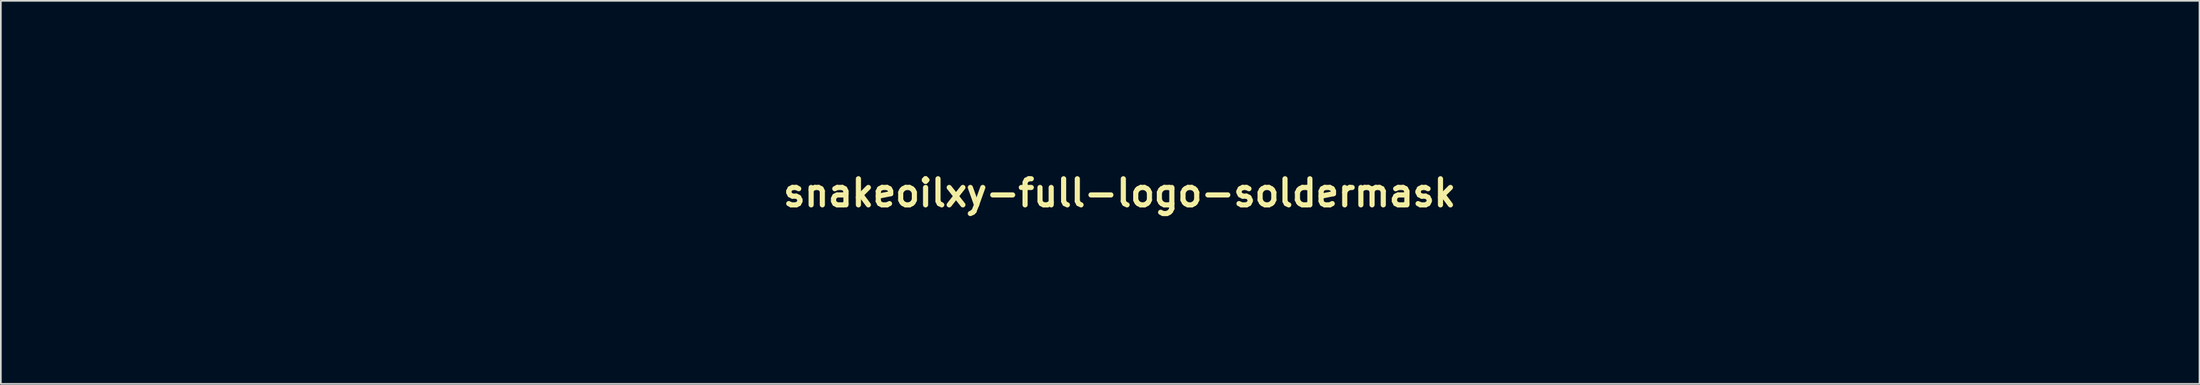
<source format=kicad_pcb>
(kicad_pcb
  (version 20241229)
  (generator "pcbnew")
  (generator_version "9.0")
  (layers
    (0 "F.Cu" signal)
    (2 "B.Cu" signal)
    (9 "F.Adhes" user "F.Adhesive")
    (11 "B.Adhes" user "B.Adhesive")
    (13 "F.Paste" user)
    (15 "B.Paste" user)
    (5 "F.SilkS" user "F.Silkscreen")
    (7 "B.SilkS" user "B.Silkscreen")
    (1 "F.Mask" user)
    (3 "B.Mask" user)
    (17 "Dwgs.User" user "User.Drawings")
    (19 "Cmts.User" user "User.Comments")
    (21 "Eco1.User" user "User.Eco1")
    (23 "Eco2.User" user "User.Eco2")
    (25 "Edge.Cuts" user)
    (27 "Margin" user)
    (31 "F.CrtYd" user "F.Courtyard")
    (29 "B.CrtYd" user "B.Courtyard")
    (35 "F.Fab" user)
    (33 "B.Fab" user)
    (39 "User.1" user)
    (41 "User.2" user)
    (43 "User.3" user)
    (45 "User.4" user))
  (footprint "snakeoilxy-full-logo-soldermask"
    (layer "F.Cu")
    (at 62.279 8.232)
    (property "Reference" "snakeoilxy-full-logo-soldermask" (at 0 0 0) (layer "F.SilkS") (effects (font (size 1.524 1.524) (thickness 0.3))))
    (attr through_hole)
    (fp_poly (pts (xy 26.07 6.914) (xy 24.483 6.914) (xy 24.483 0.282) (xy 26.07 0.282) (xy 26.07 6.914)) (stroke (width 0.01) (type solid)) (fill yes) (layer "F.Mask"))
    (fp_poly (pts (xy 26.07 -0.423) (xy 24.481 -0.423) (xy 24.491 -1.173) (xy 24.5 -1.923) (xy 25.285 -1.932) (xy 26.07 -1.942) (xy 26.07 -0.423)) (stroke (width 0.01) (type solid)) (fill yes) (layer "F.Mask"))
    (fp_poly (pts (xy 28.928 6.914) (xy 27.34 6.914) (xy 27.349 2.496) (xy 27.358 -1.923) (xy 28.143 -1.932) (xy 28.928 -1.942) (xy 28.928 6.914)) (stroke (width 0.01) (type solid)) (fill yes) (layer "F.Mask"))
    (fp_poly (pts (xy -21.44 3.448) (xy -21.431 3.536) (xy -21.429 3.586) (xy -21.43 3.589) (xy -21.465 3.6) (xy -21.548 3.619) (xy -21.61 3.632) (xy -21.743 3.659) (xy -21.902 3.693) (xy -22.013 3.717) (xy -22.34 3.788) (xy -22.607 3.847) (xy -22.821 3.894) (xy -22.991 3.932) (xy -23.127 3.963) (xy -23.235 3.988) (xy -23.308 4.005) (xy -23.459 4.039) (xy -23.555 4.053) (xy -23.611 4.047) (xy -23.639 4.021) (xy -23.649 3.995) (xy -23.673 3.894) (xy -23.699 3.756) (xy -23.722 3.611) (xy -23.738 3.484) (xy -23.742 3.415) (xy -23.742 3.316) (xy -21.457 3.316) (xy -21.44 3.448)) (stroke (width 0.01) (type solid)) (fill yes) (layer "F.Mask"))
    (fp_poly (pts (xy -56.253 -7.899) (xy -56.241 -7.863) (xy -56.212 -7.766) (xy -56.168 -7.615) (xy -56.112 -7.418) (xy -56.044 -7.181) (xy -55.968 -6.911) (xy -55.886 -6.616) (xy -55.836 -6.439) (xy -55.434 -4.994) (xy -55.719 -4.901) (xy -55.878 -4.846) (xy -56.035 -4.788) (xy -56.16 -4.738) (xy -56.174 -4.732) (xy -56.272 -4.69) (xy -56.339 -4.662) (xy -56.356 -4.657) (xy -56.374 -4.687) (xy -56.422 -4.773) (xy -56.495 -4.909) (xy -56.591 -5.089) (xy -56.706 -5.305) (xy -56.837 -5.552) (xy -56.98 -5.823) (xy -57.071 -5.995) (xy -57.775 -7.334) (xy -57.577 -7.428) (xy -57.404 -7.506) (xy -57.212 -7.587) (xy -57.011 -7.667) (xy -56.813 -7.74) (xy -56.628 -7.805) (xy -56.469 -7.856) (xy -56.346 -7.89) (xy -56.27 -7.902) (xy -56.253 -7.899)) (stroke (width 0.01) (type solid)) (fill yes) (layer "F.Mask"))
    (fp_poly (pts (xy -21.384 3.87) (xy -21.342 3.898) (xy -21.308 3.952) (xy -21.269 4.031) (xy -21.268 4.034) (xy -21.176 4.224) (xy -22.045 4.822) (xy -22.265 4.974) (xy -22.467 5.113) (xy -22.644 5.234) (xy -22.788 5.333) (xy -22.891 5.403) (xy -22.946 5.44) (xy -22.953 5.444) (xy -22.991 5.428) (xy -23.055 5.359) (xy -23.137 5.246) (xy -23.148 5.229) (xy -23.331 4.924) (xy -23.468 4.639) (xy -23.49 4.583) (xy -23.503 4.54) (xy -23.498 4.508) (xy -23.462 4.481) (xy -23.385 4.452) (xy -23.255 4.411) (xy -23.201 4.395) (xy -23.049 4.35) (xy -22.914 4.308) (xy -22.817 4.278) (xy -22.789 4.269) (xy -22.713 4.244) (xy -22.593 4.208) (xy -22.454 4.166) (xy -22.437 4.161) (xy -22.271 4.111) (xy -22.076 4.051) (xy -21.891 3.993) (xy -21.867 3.986) (xy -21.675 3.924) (xy -21.538 3.883) (xy -21.445 3.865) (xy -21.384 3.87)) (stroke (width 0.01) (type solid)) (fill yes) (layer "F.Mask"))
    (fp_poly (pts (xy -20.883 4.512) (xy -20.77 4.585) (xy -20.655 4.643) (xy -20.616 4.658) (xy -20.537 4.69) (xy -20.507 4.732) (xy -20.512 4.811) (xy -20.514 4.827) (xy -20.535 4.951) (xy -20.565 5.125) (xy -20.602 5.328) (xy -20.641 5.54) (xy -20.68 5.743) (xy -20.691 5.803) (xy -20.719 5.951) (xy -20.753 6.137) (xy -20.788 6.33) (xy -20.802 6.412) (xy -20.835 6.584) (xy -20.863 6.695) (xy -20.89 6.755) (xy -20.919 6.772) (xy -20.976 6.76) (xy -21.079 6.73) (xy -21.211 6.687) (xy -21.255 6.672) (xy -21.716 6.48) (xy -22.145 6.236) (xy -22.507 5.965) (xy -22.631 5.86) (xy -22.543 5.776) (xy -22.449 5.687) (xy -22.322 5.569) (xy -22.17 5.429) (xy -22.002 5.275) (xy -21.827 5.115) (xy -21.654 4.957) (xy -21.491 4.809) (xy -21.347 4.679) (xy -21.232 4.576) (xy -21.153 4.506) (xy -21.124 4.482) (xy -21.029 4.407) (xy -20.883 4.512)) (stroke (width 0.01) (type solid)) (fill yes) (layer "F.Mask"))
    (fp_poly (pts (xy -40.208 2.279) (xy -39.921 2.565) (xy -39.642 2.84) (xy -39.378 3.099) (xy -39.133 3.338) (xy -38.912 3.552) (xy -38.72 3.736) (xy -38.562 3.886) (xy -38.443 3.996) (xy -38.367 4.062) (xy -38.355 4.072) (xy -37.851 4.41) (xy -37.322 4.682) (xy -36.769 4.888) (xy -36.194 5.027) (xy -35.599 5.099) (xy -35.481 5.105) (xy -34.96 5.126) (xy -34.96 8.149) (xy -35.428 8.145) (xy -35.635 8.14) (xy -35.847 8.132) (xy -36.039 8.12) (xy -36.177 8.108) (xy -36.888 7.993) (xy -37.594 7.811) (xy -38.288 7.565) (xy -38.962 7.257) (xy -39.608 6.892) (xy -39.893 6.705) (xy -40.029 6.609) (xy -40.167 6.506) (xy -40.312 6.391) (xy -40.467 6.261) (xy -40.637 6.111) (xy -40.827 5.937) (xy -41.042 5.736) (xy -41.284 5.503) (xy -41.56 5.234) (xy -41.873 4.925) (xy -42.227 4.571) (xy -42.483 4.315) (xy -43.991 2.804) (xy -42.916 1.729) (xy -41.84 0.654) (xy -40.208 2.279)) (stroke (width 0.01) (type solid)) (fill yes) (layer "F.Mask"))
    (fp_poly (pts (xy -60.767 -4.709) (xy -60.691 -4.663) (xy -60.584 -4.592) (xy -60.512 -4.543) (xy -60.415 -4.476) (xy -60.268 -4.375) (xy -60.082 -4.249) (xy -59.866 -4.102) (xy -59.63 -3.942) (xy -59.384 -3.776) (xy -59.258 -3.691) (xy -58.28 -3.031) (xy -58.462 -2.742) (xy -58.621 -2.466) (xy -58.775 -2.153) (xy -58.912 -1.832) (xy -59.017 -1.534) (xy -59.02 -1.524) (xy -59.062 -1.403) (xy -59.102 -1.314) (xy -59.134 -1.275) (xy -59.138 -1.274) (xy -59.18 -1.282) (xy -59.284 -1.304) (xy -59.441 -1.338) (xy -59.646 -1.383) (xy -59.889 -1.436) (xy -60.164 -1.496) (xy -60.463 -1.562) (xy -60.606 -1.593) (xy -60.913 -1.661) (xy -61.198 -1.725) (xy -61.453 -1.783) (xy -61.673 -1.833) (xy -61.848 -1.873) (xy -61.973 -1.903) (xy -62.039 -1.92) (xy -62.048 -1.923) (xy -62.046 -1.963) (xy -62.024 -2.057) (xy -61.988 -2.192) (xy -61.939 -2.356) (xy -61.883 -2.535) (xy -61.823 -2.717) (xy -61.762 -2.89) (xy -61.75 -2.921) (xy -61.632 -3.215) (xy -61.484 -3.537) (xy -61.32 -3.864) (xy -61.152 -4.169) (xy -61.008 -4.405) (xy -60.925 -4.533) (xy -60.857 -4.637) (xy -60.812 -4.704) (xy -60.799 -4.722) (xy -60.767 -4.709)) (stroke (width 0.01) (type solid)) (fill yes) (layer "F.Mask"))
    (fp_poly (pts (xy -58.407 -6.921) (xy -58.349 -6.841) (xy -58.263 -6.716) (xy -58.153 -6.555) (xy -58.025 -6.364) (xy -57.882 -6.151) (xy -57.731 -5.923) (xy -57.576 -5.688) (xy -57.422 -5.454) (xy -57.273 -5.227) (xy -57.136 -5.015) (xy -57.014 -4.826) (xy -56.912 -4.667) (xy -56.836 -4.546) (xy -56.791 -4.469) (xy -56.78 -4.445) (xy -56.807 -4.413) (xy -56.879 -4.355) (xy -56.981 -4.281) (xy -57 -4.269) (xy -57.12 -4.183) (xy -57.27 -4.066) (xy -57.428 -3.936) (xy -57.537 -3.842) (xy -57.66 -3.734) (xy -57.763 -3.646) (xy -57.834 -3.587) (xy -57.863 -3.565) (xy -57.863 -3.565) (xy -57.891 -3.588) (xy -57.965 -3.653) (xy -58.081 -3.756) (xy -58.233 -3.891) (xy -58.414 -4.054) (xy -58.621 -4.239) (xy -58.847 -4.441) (xy -58.949 -4.533) (xy -59.183 -4.743) (xy -59.401 -4.941) (xy -59.597 -5.12) (xy -59.766 -5.275) (xy -59.902 -5.401) (xy -60 -5.492) (xy -60.052 -5.544) (xy -60.06 -5.553) (xy -60.068 -5.588) (xy -60.05 -5.635) (xy -60.002 -5.7) (xy -59.918 -5.788) (xy -59.793 -5.906) (xy -59.622 -6.059) (xy -59.469 -6.191) (xy -59.32 -6.316) (xy -59.156 -6.448) (xy -58.986 -6.578) (xy -58.823 -6.699) (xy -58.675 -6.805) (xy -58.552 -6.886) (xy -58.467 -6.937) (xy -58.432 -6.95) (xy -58.407 -6.921)) (stroke (width 0.01) (type solid)) (fill yes) (layer "F.Mask"))
    (fp_poly (pts (xy -53.913 -8.207) (xy -53.761 -8.195) (xy -53.574 -8.18) (xy -53.389 -8.167) (xy -53.358 -8.165) (xy -52.814 -8.102) (xy -52.243 -7.99) (xy -51.665 -7.832) (xy -51.097 -7.636) (xy -50.556 -7.405) (xy -50.236 -7.244) (xy -50.042 -7.138) (xy -49.863 -7.035) (xy -49.693 -6.931) (xy -49.527 -6.822) (xy -49.361 -6.704) (xy -49.19 -6.573) (xy -49.008 -6.424) (xy -48.812 -6.254) (xy -48.596 -6.058) (xy -48.355 -5.832) (xy -48.084 -5.573) (xy -47.779 -5.275) (xy -47.435 -4.936) (xy -47.046 -4.549) (xy -47.035 -4.538) (xy -45.334 -2.845) (xy -46.411 -1.775) (xy -46.638 -1.55) (xy -46.849 -1.341) (xy -47.039 -1.153) (xy -47.203 -0.991) (xy -47.335 -0.861) (xy -47.431 -0.768) (xy -47.485 -0.715) (xy -47.495 -0.706) (xy -47.521 -0.73) (xy -47.592 -0.8) (xy -47.705 -0.912) (xy -47.856 -1.061) (xy -48.04 -1.244) (xy -48.254 -1.456) (xy -48.493 -1.694) (xy -48.753 -1.953) (xy -49.03 -2.229) (xy -49.177 -2.375) (xy -49.535 -2.731) (xy -49.848 -3.041) (xy -50.121 -3.309) (xy -50.358 -3.538) (xy -50.564 -3.734) (xy -50.743 -3.899) (xy -50.901 -4.039) (xy -51.041 -4.156) (xy -51.169 -4.255) (xy -51.289 -4.34) (xy -51.405 -4.415) (xy -51.523 -4.484) (xy -51.648 -4.55) (xy -51.773 -4.614) (xy -52.152 -4.783) (xy -52.558 -4.925) (xy -52.973 -5.037) (xy -53.378 -5.113) (xy -53.754 -5.149) (xy -53.858 -5.151) (xy -54.151 -5.151) (xy -54.151 -8.227) (xy -53.913 -8.207)) (stroke (width 0.01) (type solid)) (fill yes) (layer "F.Mask"))
    (fp_poly (pts (xy 30.506 -5.327) (xy 30.677 -5.322) (xy 30.854 -5.308) (xy 30.992 -5.291) (xy 31.135 -5.268) (xy 31.275 -5.248) (xy 31.344 -5.239) (xy 31.44 -5.223) (xy 31.584 -5.192) (xy 31.758 -5.151) (xy 31.943 -5.104) (xy 32.119 -5.056) (xy 32.262 -5.014) (xy 32.416 -4.96) (xy 32.612 -4.881) (xy 32.83 -4.786) (xy 32.932 -4.739) (xy 33.025 -4.693) (xy 33.149 -4.628) (xy 33.29 -4.552) (xy 33.429 -4.475) (xy 33.551 -4.407) (xy 33.639 -4.355) (xy 33.673 -4.332) (xy 33.715 -4.301) (xy 33.8 -4.238) (xy 33.914 -4.153) (xy 34.008 -4.085) (xy 34.108 -4.004) (xy 34.253 -3.877) (xy 34.439 -3.706) (xy 34.662 -3.496) (xy 34.918 -3.251) (xy 35.204 -2.973) (xy 35.514 -2.668) (xy 35.592 -2.59) (xy 36.877 -1.315) (xy 36.056 -0.499) (xy 35.858 -0.303) (xy 35.678 -0.124) (xy 35.52 0.032) (xy 35.391 0.159) (xy 35.296 0.252) (xy 35.241 0.304) (xy 35.23 0.314) (xy 35.205 0.289) (xy 35.135 0.219) (xy 35.026 0.108) (xy 34.882 -0.038) (xy 34.707 -0.214) (xy 34.508 -0.416) (xy 34.289 -0.638) (xy 34.078 -0.851) (xy 33.76 -1.172) (xy 33.486 -1.447) (xy 33.248 -1.679) (xy 33.043 -1.875) (xy 32.865 -2.039) (xy 32.708 -2.175) (xy 32.566 -2.288) (xy 32.436 -2.384) (xy 32.31 -2.466) (xy 32.183 -2.541) (xy 32.097 -2.587) (xy 31.724 -2.763) (xy 31.359 -2.89) (xy 30.98 -2.973) (xy 30.561 -3.021) (xy 30.542 -3.022) (xy 30.233 -3.043) (xy 30.233 -5.327) (xy 30.506 -5.327)) (stroke (width 0.01) (type solid)) (fill yes) (layer "F.Mask"))
    (fp_poly (pts (xy 45.852 -5.327) (xy 46.022 -5.322) (xy 46.2 -5.308) (xy 46.337 -5.291) (xy 46.481 -5.268) (xy 46.62 -5.248) (xy 46.69 -5.239) (xy 46.786 -5.223) (xy 46.93 -5.192) (xy 47.104 -5.151) (xy 47.289 -5.104) (xy 47.465 -5.056) (xy 47.607 -5.014) (xy 47.761 -4.96) (xy 47.957 -4.881) (xy 48.175 -4.786) (xy 48.278 -4.739) (xy 48.37 -4.693) (xy 48.495 -4.628) (xy 48.635 -4.552) (xy 48.775 -4.475) (xy 48.897 -4.407) (xy 48.985 -4.355) (xy 49.018 -4.332) (xy 49.06 -4.301) (xy 49.146 -4.238) (xy 49.26 -4.153) (xy 49.354 -4.085) (xy 49.454 -4.004) (xy 49.599 -3.877) (xy 49.785 -3.706) (xy 50.008 -3.496) (xy 50.264 -3.251) (xy 50.55 -2.973) (xy 50.86 -2.668) (xy 50.938 -2.59) (xy 52.223 -1.315) (xy 51.401 -0.499) (xy 51.204 -0.303) (xy 51.024 -0.124) (xy 50.866 0.032) (xy 50.737 0.159) (xy 50.642 0.252) (xy 50.587 0.304) (xy 50.576 0.314) (xy 50.551 0.289) (xy 50.481 0.219) (xy 50.372 0.108) (xy 50.227 -0.038) (xy 50.053 -0.214) (xy 49.854 -0.416) (xy 49.635 -0.638) (xy 49.424 -0.851) (xy 49.106 -1.172) (xy 48.831 -1.447) (xy 48.594 -1.679) (xy 48.389 -1.875) (xy 48.211 -2.039) (xy 48.053 -2.175) (xy 47.912 -2.288) (xy 47.781 -2.384) (xy 47.656 -2.466) (xy 47.529 -2.541) (xy 47.443 -2.587) (xy 47.07 -2.763) (xy 46.705 -2.89) (xy 46.326 -2.973) (xy 45.907 -3.021) (xy 45.888 -3.022) (xy 45.579 -3.043) (xy 45.579 -5.327) (xy 45.852 -5.327)) (stroke (width 0.01) (type solid)) (fill yes) (layer "F.Mask"))
    (fp_poly (pts (xy 39.518 1.365) (xy 39.592 1.434) (xy 39.707 1.544) (xy 39.857 1.69) (xy 40.037 1.866) (xy 40.243 2.069) (xy 40.468 2.292) (xy 40.71 2.533) (xy 40.744 2.567) (xy 41.059 2.88) (xy 41.329 3.147) (xy 41.559 3.371) (xy 41.753 3.555) (xy 41.916 3.705) (xy 42.05 3.823) (xy 42.162 3.915) (xy 42.254 3.983) (xy 42.268 3.993) (xy 42.682 4.242) (xy 43.095 4.427) (xy 43.521 4.554) (xy 43.974 4.627) (xy 44.194 4.644) (xy 44.626 4.668) (xy 44.626 6.95) (xy 44.282 6.945) (xy 44.097 6.939) (xy 43.903 6.93) (xy 43.735 6.919) (xy 43.692 6.915) (xy 43.527 6.894) (xy 43.337 6.863) (xy 43.143 6.826) (xy 42.967 6.788) (xy 42.83 6.753) (xy 42.792 6.741) (xy 42.716 6.715) (xy 42.596 6.677) (xy 42.457 6.634) (xy 42.439 6.629) (xy 42.328 6.589) (xy 42.178 6.527) (xy 42.002 6.45) (xy 41.815 6.364) (xy 41.628 6.275) (xy 41.456 6.189) (xy 41.311 6.113) (xy 41.207 6.053) (xy 41.16 6.02) (xy 41.104 5.976) (xy 41.015 5.916) (xy 40.975 5.892) (xy 40.887 5.837) (xy 40.828 5.796) (xy 40.816 5.786) (xy 40.782 5.756) (xy 40.705 5.695) (xy 40.602 5.615) (xy 40.569 5.591) (xy 40.499 5.531) (xy 40.384 5.427) (xy 40.232 5.284) (xy 40.047 5.108) (xy 39.837 4.905) (xy 39.607 4.68) (xy 39.363 4.439) (xy 39.11 4.188) (xy 39.1 4.178) (xy 37.859 2.939) (xy 38.659 2.14) (xy 38.854 1.945) (xy 39.034 1.768) (xy 39.192 1.614) (xy 39.323 1.488) (xy 39.419 1.398) (xy 39.476 1.348) (xy 39.488 1.341) (xy 39.518 1.365)) (stroke (width 0.01) (type solid)) (fill yes) (layer "F.Mask"))
    (fp_poly (pts (xy 1.561 0.71) (xy 1.57 3.361) (xy 1.91 2.854) (xy 2.021 2.689) (xy 2.162 2.48) (xy 2.325 2.239) (xy 2.502 1.979) (xy 2.682 1.713) (xy 2.858 1.455) (xy 2.876 1.429) (xy 3.033 1.198) (xy 3.18 0.98) (xy 3.312 0.785) (xy 3.423 0.621) (xy 3.507 0.494) (xy 3.559 0.415) (xy 3.571 0.397) (xy 3.641 0.282) (xy 4.593 0.282) (xy 4.899 0.283) (xy 5.149 0.287) (xy 5.339 0.293) (xy 5.466 0.301) (xy 5.527 0.312) (xy 5.533 0.317) (xy 5.509 0.354) (xy 5.45 0.439) (xy 5.361 0.566) (xy 5.247 0.724) (xy 5.115 0.906) (xy 5.011 1.049) (xy 4.685 1.494) (xy 4.39 1.898) (xy 4.125 2.26) (xy 3.894 2.576) (xy 3.697 2.846) (xy 3.537 3.067) (xy 3.413 3.237) (xy 3.329 3.354) (xy 3.286 3.413) (xy 3.206 3.528) (xy 3.711 4.15) (xy 3.897 4.38) (xy 4.107 4.638) (xy 4.324 4.904) (xy 4.529 5.156) (xy 4.693 5.358) (xy 4.961 5.688) (xy 5.189 5.967) (xy 5.378 6.2) (xy 5.533 6.391) (xy 5.656 6.544) (xy 5.751 6.663) (xy 5.822 6.752) (xy 5.872 6.815) (xy 5.904 6.858) (xy 5.921 6.882) (xy 5.927 6.894) (xy 5.927 6.895) (xy 5.893 6.9) (xy 5.797 6.904) (xy 5.648 6.908) (xy 5.454 6.911) (xy 5.224 6.913) (xy 4.966 6.914) (xy 4.86 6.914) (xy 3.792 6.913) (xy 3.366 6.323) (xy 3.211 6.11) (xy 3.034 5.866) (xy 2.841 5.601) (xy 2.641 5.325) (xy 2.44 5.049) (xy 2.246 4.783) (xy 2.066 4.537) (xy 1.908 4.321) (xy 1.779 4.146) (xy 1.718 4.062) (xy 1.552 3.838) (xy 1.552 6.914) (xy -0.035 6.914) (xy -0.035 -1.94) (xy 1.552 -1.94) (xy 1.561 0.71)) (stroke (width 0.01) (type solid)) (fill yes) (layer "F.Mask"))
    (fp_poly (pts (xy -11.47 0.164) (xy -11.301 0.167) (xy -11.172 0.174) (xy -11.068 0.187) (xy -10.974 0.208) (xy -10.875 0.238) (xy -10.813 0.259) (xy -10.576 0.346) (xy -10.385 0.435) (xy -10.219 0.536) (xy -10.053 0.663) (xy -10.044 0.67) (xy -9.824 0.875) (xy -9.645 1.092) (xy -9.501 1.334) (xy -9.382 1.617) (xy -9.28 1.954) (xy -9.27 1.993) (xy -9.255 2.053) (xy -9.243 2.114) (xy -9.232 2.183) (xy -9.223 2.265) (xy -9.216 2.365) (xy -9.209 2.49) (xy -9.204 2.645) (xy -9.199 2.835) (xy -9.196 3.067) (xy -9.192 3.347) (xy -9.189 3.678) (xy -9.186 4.069) (xy -9.183 4.523) (xy -9.182 4.595) (xy -9.166 6.914) (xy -10.76 6.914) (xy -10.76 5.283) (xy -10.761 4.743) (xy -10.765 4.27) (xy -10.772 3.856) (xy -10.783 3.498) (xy -10.798 3.19) (xy -10.819 2.928) (xy -10.845 2.706) (xy -10.878 2.519) (xy -10.918 2.363) (xy -10.965 2.232) (xy -11.021 2.121) (xy -11.086 2.025) (xy -11.16 1.939) (xy -11.187 1.912) (xy -11.386 1.764) (xy -11.623 1.666) (xy -11.883 1.617) (xy -12.156 1.616) (xy -12.427 1.664) (xy -12.684 1.76) (xy -12.914 1.904) (xy -12.972 1.953) (xy -13.142 2.152) (xy -13.275 2.405) (xy -13.368 2.706) (xy -13.387 2.803) (xy -13.399 2.886) (xy -13.41 2.984) (xy -13.418 3.105) (xy -13.425 3.253) (xy -13.431 3.436) (xy -13.435 3.659) (xy -13.438 3.929) (xy -13.44 4.251) (xy -13.441 4.633) (xy -13.441 5.014) (xy -13.441 6.914) (xy -14.229 6.914) (xy -14.458 6.913) (xy -14.663 6.911) (xy -14.833 6.906) (xy -14.959 6.901) (xy -15.029 6.894) (xy -15.04 6.891) (xy -15.043 6.853) (xy -15.047 6.749) (xy -15.05 6.585) (xy -15.053 6.365) (xy -15.055 6.094) (xy -15.058 5.778) (xy -15.06 5.42) (xy -15.061 5.027) (xy -15.062 4.602) (xy -15.063 4.151) (xy -15.064 3.679) (xy -15.064 3.574) (xy -15.064 0.281) (xy -13.564 0.3) (xy -13.554 0.589) (xy -13.544 0.878) (xy -13.315 0.696) (xy -13.012 0.479) (xy -12.712 0.318) (xy -12.506 0.236) (xy -12.416 0.209) (xy -12.323 0.189) (xy -12.214 0.175) (xy -12.074 0.168) (xy -11.888 0.164) (xy -11.695 0.163) (xy -11.47 0.164)) (stroke (width 0.01) (type solid)) (fill yes) (layer "F.Mask"))
    (fp_poly (pts (xy -4.6 0.16) (xy -4.423 0.164) (xy -4.286 0.172) (xy -4.176 0.185) (xy -4.077 0.205) (xy -3.974 0.234) (xy -3.951 0.241) (xy -3.615 0.371) (xy -3.316 0.543) (xy -3.036 0.77) (xy -2.955 0.848) (xy -2.681 1.12) (xy -2.681 0.282) (xy -1.199 0.282) (xy -1.199 6.914) (xy -2.681 6.914) (xy -2.682 6.482) (xy -2.684 6.296) (xy -2.69 6.174) (xy -2.7 6.113) (xy -2.715 6.106) (xy -2.72 6.113) (xy -2.779 6.185) (xy -2.884 6.285) (xy -3.02 6.399) (xy -3.171 6.517) (xy -3.325 6.627) (xy -3.465 6.718) (xy -3.531 6.755) (xy -3.756 6.863) (xy -3.969 6.94) (xy -4.191 6.992) (xy -4.442 7.023) (xy -4.727 7.038) (xy -4.924 7.041) (xy -5.114 7.039) (xy -5.277 7.034) (xy -5.392 7.024) (xy -5.397 7.024) (xy -5.624 6.978) (xy -5.882 6.905) (xy -6.144 6.812) (xy -6.385 6.71) (xy -6.562 6.619) (xy -6.955 6.347) (xy -7.297 6.027) (xy -7.587 5.664) (xy -7.822 5.26) (xy -8 4.821) (xy -8.119 4.348) (xy -8.178 3.847) (xy -8.183 3.654) (xy -6.562 3.654) (xy -6.532 4.043) (xy -6.443 4.395) (xy -6.298 4.708) (xy -6.097 4.979) (xy -5.844 5.205) (xy -5.539 5.384) (xy -5.209 5.507) (xy -5.008 5.546) (xy -4.765 5.567) (xy -4.508 5.568) (xy -4.263 5.549) (xy -4.096 5.52) (xy -3.773 5.409) (xy -3.485 5.241) (xy -3.239 5.021) (xy -3.042 4.755) (xy -2.98 4.642) (xy -2.832 4.275) (xy -2.75 3.915) (xy -2.733 3.551) (xy -2.763 3.26) (xy -2.855 2.885) (xy -3.002 2.551) (xy -3.197 2.262) (xy -3.439 2.022) (xy -3.722 1.835) (xy -4.042 1.704) (xy -4.395 1.632) (xy -4.654 1.618) (xy -5.022 1.647) (xy -5.347 1.728) (xy -5.638 1.865) (xy -5.903 2.062) (xy -5.98 2.134) (xy -6.213 2.412) (xy -6.386 2.726) (xy -6.501 3.077) (xy -6.556 3.467) (xy -6.562 3.654) (xy -8.183 3.654) (xy -8.184 3.616) (xy -8.154 3.113) (xy -8.063 2.631) (xy -7.915 2.176) (xy -7.712 1.754) (xy -7.457 1.372) (xy -7.152 1.036) (xy -7.141 1.026) (xy -6.926 0.837) (xy -6.723 0.687) (xy -6.504 0.558) (xy -6.303 0.458) (xy -6.067 0.354) (xy -5.859 0.277) (xy -5.659 0.222) (xy -5.45 0.187) (xy -5.214 0.168) (xy -4.931 0.16) (xy -4.833 0.16) (xy -4.6 0.16)) (stroke (width 0.01) (type solid)) (fill yes) (layer "F.Mask"))
    (fp_poly (pts (xy 19.082 -2.056) (xy 19.377 -2.038) (xy 19.637 -2.008) (xy 19.777 -1.981) (xy 20.342 -1.817) (xy 20.867 -1.595) (xy 21.351 -1.316) (xy 21.794 -0.979) (xy 22.194 -0.586) (xy 22.552 -0.137) (xy 22.668 0.035) (xy 22.925 0.495) (xy 23.128 0.991) (xy 23.273 1.512) (xy 23.358 2.045) (xy 23.381 2.579) (xy 23.339 3.104) (xy 23.339 3.104) (xy 23.293 3.39) (xy 23.243 3.63) (xy 23.182 3.852) (xy 23.104 4.08) (xy 23.033 4.262) (xy 22.79 4.77) (xy 22.493 5.235) (xy 22.144 5.656) (xy 21.748 6.027) (xy 21.307 6.348) (xy 20.826 6.614) (xy 20.307 6.823) (xy 19.773 6.968) (xy 19.601 6.995) (xy 19.379 7.016) (xy 19.126 7.032) (xy 18.862 7.041) (xy 18.606 7.042) (xy 18.38 7.036) (xy 18.203 7.021) (xy 17.656 6.914) (xy 17.128 6.742) (xy 16.625 6.511) (xy 16.155 6.224) (xy 15.721 5.884) (xy 15.331 5.496) (xy 14.99 5.065) (xy 14.733 4.646) (xy 14.514 4.171) (xy 14.35 3.666) (xy 14.243 3.144) (xy 14.197 2.618) (xy 14.205 2.373) (xy 15.874 2.373) (xy 15.878 2.7) (xy 15.907 3.009) (xy 15.949 3.222) (xy 16.096 3.662) (xy 16.3 4.064) (xy 16.558 4.424) (xy 16.866 4.738) (xy 17.219 5.001) (xy 17.614 5.211) (xy 18.047 5.364) (xy 18.203 5.402) (xy 18.492 5.444) (xy 18.817 5.457) (xy 19.151 5.44) (xy 19.467 5.395) (xy 19.597 5.365) (xy 20.008 5.223) (xy 20.389 5.021) (xy 20.732 4.765) (xy 21.031 4.46) (xy 21.279 4.113) (xy 21.377 3.933) (xy 21.551 3.512) (xy 21.662 3.082) (xy 21.711 2.651) (xy 21.702 2.224) (xy 21.636 1.807) (xy 21.516 1.407) (xy 21.344 1.029) (xy 21.123 0.68) (xy 20.856 0.365) (xy 20.543 0.091) (xy 20.189 -0.137) (xy 19.795 -0.313) (xy 19.673 -0.353) (xy 19.267 -0.445) (xy 18.852 -0.479) (xy 18.499 -0.46) (xy 18.054 -0.38) (xy 17.659 -0.255) (xy 17.302 -0.081) (xy 16.974 0.145) (xy 16.803 0.294) (xy 16.493 0.63) (xy 16.244 1.002) (xy 16.055 1.41) (xy 15.946 1.768) (xy 15.897 2.053) (xy 15.874 2.373) (xy 14.205 2.373) (xy 14.214 2.104) (xy 14.215 2.093) (xy 14.307 1.513) (xy 14.46 0.964) (xy 14.674 0.45) (xy 14.945 -0.027) (xy 15.273 -0.464) (xy 15.656 -0.86) (xy 16.091 -1.209) (xy 16.577 -1.512) (xy 16.72 -1.586) (xy 16.987 -1.705) (xy 17.299 -1.819) (xy 17.629 -1.919) (xy 17.953 -1.997) (xy 17.956 -1.998) (xy 18.189 -2.032) (xy 18.467 -2.053) (xy 18.772 -2.061) (xy 19.082 -2.056)) (stroke (width 0.01) (type solid)) (fill yes) (layer "F.Mask"))
    (fp_poly (pts (xy 10.441 0.155) (xy 10.617 0.174) (xy 11.081 0.277) (xy 11.519 0.442) (xy 11.925 0.667) (xy 12.294 0.947) (xy 12.623 1.278) (xy 12.904 1.657) (xy 13.135 2.078) (xy 13.214 2.264) (xy 13.32 2.57) (xy 13.393 2.871) (xy 13.437 3.189) (xy 13.455 3.546) (xy 13.457 3.651) (xy 13.456 3.842) (xy 13.452 4.01) (xy 13.445 4.143) (xy 13.437 4.225) (xy 13.433 4.242) (xy 13.425 4.254) (xy 13.408 4.264) (xy 13.377 4.273) (xy 13.328 4.28) (xy 13.255 4.286) (xy 13.154 4.291) (xy 13.019 4.295) (xy 12.847 4.298) (xy 12.632 4.3) (xy 12.37 4.302) (xy 12.056 4.303) (xy 11.684 4.304) (xy 11.25 4.304) (xy 10.863 4.304) (xy 8.318 4.304) (xy 8.342 4.401) (xy 8.415 4.6) (xy 8.534 4.809) (xy 8.682 5.003) (xy 8.729 5.053) (xy 8.979 5.262) (xy 9.26 5.415) (xy 9.58 5.516) (xy 9.943 5.567) (xy 10.147 5.573) (xy 10.493 5.552) (xy 10.794 5.484) (xy 11.061 5.365) (xy 11.307 5.19) (xy 11.42 5.086) (xy 11.568 4.939) (xy 13.304 4.939) (xy 13.28 5.018) (xy 13.181 5.256) (xy 13.027 5.516) (xy 12.828 5.784) (xy 12.591 6.051) (xy 12.482 6.159) (xy 12.179 6.422) (xy 11.87 6.631) (xy 11.535 6.796) (xy 11.155 6.928) (xy 11.06 6.955) (xy 10.908 6.985) (xy 10.706 7.01) (xy 10.472 7.028) (xy 10.225 7.04) (xy 9.984 7.044) (xy 9.77 7.038) (xy 9.6 7.023) (xy 9.596 7.023) (xy 9.113 6.919) (xy 8.657 6.755) (xy 8.233 6.534) (xy 7.846 6.263) (xy 7.5 5.944) (xy 7.203 5.583) (xy 6.958 5.183) (xy 6.771 4.75) (xy 6.742 4.662) (xy 6.628 4.187) (xy 6.581 3.706) (xy 6.601 3.226) (xy 6.66 2.893) (xy 8.256 2.893) (xy 11.893 2.893) (xy 11.871 2.813) (xy 11.813 2.655) (xy 11.725 2.478) (xy 11.623 2.306) (xy 11.519 2.161) (xy 11.455 2.092) (xy 11.221 1.906) (xy 10.971 1.769) (xy 10.694 1.679) (xy 10.376 1.63) (xy 10.088 1.618) (xy 9.892 1.619) (xy 9.743 1.629) (xy 9.616 1.648) (xy 9.488 1.681) (xy 9.4 1.709) (xy 9.077 1.847) (xy 8.807 2.029) (xy 8.584 2.261) (xy 8.403 2.547) (xy 8.315 2.743) (xy 8.256 2.893) (xy 6.66 2.893) (xy 6.685 2.754) (xy 6.832 2.298) (xy 7.041 1.865) (xy 7.309 1.461) (xy 7.473 1.264) (xy 7.748 0.999) (xy 8.075 0.752) (xy 8.437 0.535) (xy 8.815 0.359) (xy 9.137 0.248) (xy 9.347 0.203) (xy 9.605 0.17) (xy 9.888 0.151) (xy 10.174 0.145) (xy 10.441 0.155)) (stroke (width 0.01) (type solid)) (fill yes) (layer "F.Mask"))
    (fp_poly (pts (xy 44.618 -4.187) (xy 44.627 -3.034) (xy 44.363 -3.034) (xy 43.928 -3.003) (xy 43.482 -2.914) (xy 43.041 -2.772) (xy 42.623 -2.583) (xy 42.243 -2.354) (xy 42.069 -2.223) (xy 42.032 -2.188) (xy 41.948 -2.107) (xy 41.82 -1.981) (xy 41.65 -1.814) (xy 41.442 -1.608) (xy 41.198 -1.367) (xy 40.92 -1.092) (xy 40.613 -0.788) (xy 40.279 -0.456) (xy 39.919 -0.099) (xy 39.539 0.279) (xy 39.139 0.677) (xy 38.724 1.09) (xy 38.295 1.517) (xy 38.206 1.606) (xy 37.68 2.129) (xy 37.202 2.605) (xy 36.769 3.036) (xy 36.379 3.424) (xy 36.029 3.772) (xy 35.717 4.082) (xy 35.44 4.356) (xy 35.196 4.597) (xy 34.983 4.807) (xy 34.798 4.989) (xy 34.638 5.144) (xy 34.502 5.276) (xy 34.387 5.386) (xy 34.29 5.477) (xy 34.209 5.551) (xy 34.142 5.611) (xy 34.086 5.659) (xy 34.038 5.698) (xy 33.997 5.729) (xy 33.96 5.755) (xy 33.924 5.779) (xy 33.836 5.837) (xy 33.775 5.881) (xy 33.761 5.893) (xy 33.705 5.938) (xy 33.599 6.005) (xy 33.456 6.089) (xy 33.29 6.182) (xy 33.114 6.276) (xy 32.942 6.364) (xy 32.786 6.44) (xy 32.661 6.495) (xy 32.632 6.506) (xy 32.235 6.645) (xy 31.882 6.753) (xy 31.554 6.833) (xy 31.236 6.888) (xy 30.908 6.923) (xy 30.718 6.935) (xy 30.233 6.96) (xy 30.233 4.667) (xy 30.612 4.643) (xy 31.086 4.583) (xy 31.535 4.464) (xy 31.97 4.283) (xy 32.262 4.124) (xy 32.414 4.028) (xy 32.568 3.924) (xy 32.695 3.83) (xy 32.72 3.81) (xy 32.765 3.768) (xy 32.857 3.68) (xy 32.993 3.548) (xy 33.17 3.374) (xy 33.386 3.161) (xy 33.637 2.913) (xy 33.921 2.632) (xy 34.235 2.321) (xy 34.576 1.983) (xy 34.941 1.62) (xy 35.327 1.236) (xy 35.732 0.833) (xy 36.152 0.415) (xy 36.584 -0.017) (xy 36.724 -0.156) (xy 37.16 -0.591) (xy 37.584 -1.013) (xy 37.994 -1.42) (xy 38.386 -1.809) (xy 38.758 -2.177) (xy 39.107 -2.522) (xy 39.43 -2.84) (xy 39.723 -3.128) (xy 39.985 -3.385) (xy 40.213 -3.606) (xy 40.403 -3.79) (xy 40.552 -3.933) (xy 40.659 -4.033) (xy 40.719 -4.087) (xy 40.728 -4.094) (xy 40.825 -4.16) (xy 40.896 -4.212) (xy 40.922 -4.234) (xy 40.968 -4.271) (xy 41.064 -4.332) (xy 41.195 -4.41) (xy 41.35 -4.497) (xy 41.515 -4.587) (xy 41.675 -4.672) (xy 41.819 -4.743) (xy 41.932 -4.795) (xy 41.932 -4.795) (xy 42.069 -4.852) (xy 42.187 -4.902) (xy 42.267 -4.936) (xy 42.28 -4.942) (xy 42.529 -5.034) (xy 42.83 -5.119) (xy 43.166 -5.195) (xy 43.518 -5.258) (xy 43.868 -5.304) (xy 44.199 -5.33) (xy 44.298 -5.333) (xy 44.609 -5.34) (xy 44.618 -4.187)) (stroke (width 0.01) (type solid)) (fill yes) (layer "F.Mask"))
    (fp_poly (pts (xy 59.963 -5.33) (xy 59.976 -5.314) (xy 59.986 -5.264) (xy 59.994 -5.175) (xy 60 -5.041) (xy 60.004 -4.855) (xy 60.006 -4.612) (xy 60.007 -4.307) (xy 60.008 -4.18) (xy 60.008 -3.034) (xy 59.726 -3.034) (xy 59.279 -3.003) (xy 58.825 -2.913) (xy 58.38 -2.769) (xy 57.958 -2.578) (xy 57.574 -2.344) (xy 57.415 -2.223) (xy 57.378 -2.188) (xy 57.294 -2.107) (xy 57.166 -1.981) (xy 56.996 -1.814) (xy 56.788 -1.608) (xy 56.543 -1.367) (xy 56.266 -1.092) (xy 55.959 -0.788) (xy 55.624 -0.456) (xy 55.265 -0.099) (xy 54.885 0.279) (xy 54.485 0.677) (xy 54.069 1.09) (xy 53.641 1.517) (xy 53.552 1.606) (xy 53.026 2.129) (xy 52.548 2.605) (xy 52.115 3.036) (xy 51.725 3.424) (xy 51.375 3.772) (xy 51.063 4.082) (xy 50.786 4.356) (xy 50.542 4.597) (xy 50.329 4.807) (xy 50.144 4.989) (xy 49.984 5.144) (xy 49.848 5.276) (xy 49.733 5.386) (xy 49.636 5.477) (xy 49.555 5.551) (xy 49.488 5.611) (xy 49.431 5.659) (xy 49.384 5.698) (xy 49.343 5.729) (xy 49.305 5.755) (xy 49.27 5.779) (xy 49.182 5.837) (xy 49.121 5.881) (xy 49.107 5.893) (xy 49.051 5.938) (xy 48.945 6.005) (xy 48.802 6.089) (xy 48.636 6.182) (xy 48.46 6.276) (xy 48.287 6.364) (xy 48.132 6.44) (xy 48.007 6.495) (xy 47.978 6.506) (xy 47.581 6.645) (xy 47.228 6.753) (xy 46.9 6.833) (xy 46.582 6.888) (xy 46.254 6.923) (xy 46.064 6.935) (xy 45.579 6.96) (xy 45.579 4.667) (xy 45.957 4.643) (xy 46.432 4.583) (xy 46.88 4.464) (xy 47.316 4.283) (xy 47.607 4.124) (xy 47.76 4.028) (xy 47.913 3.924) (xy 48.04 3.83) (xy 48.066 3.81) (xy 48.111 3.768) (xy 48.203 3.68) (xy 48.339 3.548) (xy 48.516 3.374) (xy 48.732 3.161) (xy 48.983 2.913) (xy 49.267 2.632) (xy 49.581 2.321) (xy 49.922 1.983) (xy 50.287 1.62) (xy 50.673 1.236) (xy 51.077 0.833) (xy 51.498 0.415) (xy 51.93 -0.017) (xy 52.07 -0.156) (xy 52.506 -0.591) (xy 52.93 -1.013) (xy 53.34 -1.42) (xy 53.732 -1.809) (xy 54.104 -2.177) (xy 54.453 -2.522) (xy 54.775 -2.84) (xy 55.069 -3.128) (xy 55.331 -3.385) (xy 55.559 -3.606) (xy 55.749 -3.79) (xy 55.898 -3.933) (xy 56.005 -4.033) (xy 56.065 -4.087) (xy 56.074 -4.094) (xy 56.171 -4.16) (xy 56.242 -4.212) (xy 56.268 -4.234) (xy 56.314 -4.271) (xy 56.409 -4.332) (xy 56.541 -4.41) (xy 56.696 -4.497) (xy 56.86 -4.587) (xy 57.021 -4.672) (xy 57.165 -4.743) (xy 57.278 -4.795) (xy 57.278 -4.795) (xy 57.415 -4.852) (xy 57.533 -4.902) (xy 57.613 -4.936) (xy 57.626 -4.942) (xy 57.883 -5.037) (xy 58.192 -5.123) (xy 58.536 -5.199) (xy 58.895 -5.261) (xy 59.253 -5.306) (xy 59.59 -5.331) (xy 59.889 -5.334) (xy 59.963 -5.33)) (stroke (width 0.01) (type solid)) (fill yes) (layer "F.Mask"))
    (fp_poly (pts (xy -19.616 -5.237) (xy -19.374 -5.224) (xy -19.167 -5.203) (xy -19.015 -5.174) (xy -18.521 -5.009) (xy -18.079 -4.798) (xy -17.687 -4.54) (xy -17.34 -4.232) (xy -17.037 -3.871) (xy -16.963 -3.767) (xy -16.785 -3.465) (xy -16.642 -3.132) (xy -16.532 -2.759) (xy -16.45 -2.335) (xy -16.42 -2.107) (xy -16.396 -1.904) (xy -17.535 -1.913) (xy -18.673 -1.923) (xy -18.718 -2.141) (xy -18.791 -2.407) (xy -18.893 -2.624) (xy -19.034 -2.807) (xy -19.059 -2.833) (xy -19.258 -2.985) (xy -19.492 -3.087) (xy -19.748 -3.14) (xy -20.013 -3.145) (xy -20.273 -3.102) (xy -20.514 -3.011) (xy -20.723 -2.873) (xy -20.824 -2.773) (xy -20.877 -2.7) (xy -20.943 -2.593) (xy -20.983 -2.522) (xy -21.028 -2.432) (xy -21.056 -2.35) (xy -21.071 -2.253) (xy -21.077 -2.123) (xy -21.078 -1.993) (xy -21.076 -1.823) (xy -21.068 -1.702) (xy -21.049 -1.61) (xy -21.016 -1.525) (xy -20.985 -1.463) (xy -20.869 -1.291) (xy -20.709 -1.118) (xy -20.529 -0.969) (xy -20.388 -0.88) (xy -20.289 -0.835) (xy -20.147 -0.774) (xy -19.981 -0.707) (xy -19.862 -0.661) (xy -19.693 -0.596) (xy -19.531 -0.535) (xy -19.397 -0.484) (xy -19.332 -0.459) (xy -19.233 -0.421) (xy -19.09 -0.365) (xy -18.923 -0.301) (xy -18.79 -0.25) (xy -18.344 -0.066) (xy -17.959 0.123) (xy -17.626 0.322) (xy -17.336 0.536) (xy -17.113 0.736) (xy -16.795 1.096) (xy -16.539 1.487) (xy -16.345 1.912) (xy -16.212 2.372) (xy -16.151 2.753) (xy -16.13 3.243) (xy -16.175 3.732) (xy -16.282 4.212) (xy -16.449 4.674) (xy -16.672 5.108) (xy -16.948 5.504) (xy -17.11 5.691) (xy -17.432 6.004) (xy -17.767 6.265) (xy -18.125 6.477) (xy -18.516 6.645) (xy -18.949 6.775) (xy -19.434 6.871) (xy -19.605 6.895) (xy -19.7 6.904) (xy -19.747 6.89) (xy -19.768 6.848) (xy -19.77 6.835) (xy -19.775 6.78) (xy -19.781 6.664) (xy -19.788 6.498) (xy -19.795 6.291) (xy -19.802 6.053) (xy -19.808 5.794) (xy -19.808 5.776) (xy -19.814 5.478) (xy -19.818 5.244) (xy -19.818 5.066) (xy -19.815 4.938) (xy -19.809 4.853) (xy -19.799 4.804) (xy -19.786 4.785) (xy -19.784 4.784) (xy -19.727 4.772) (xy -19.623 4.755) (xy -19.506 4.736) (xy -19.208 4.656) (xy -18.935 4.514) (xy -18.697 4.319) (xy -18.506 4.078) (xy -18.422 3.925) (xy -18.378 3.824) (xy -18.35 3.733) (xy -18.335 3.632) (xy -18.33 3.498) (xy -18.33 3.351) (xy -18.343 3.085) (xy -18.383 2.866) (xy -18.457 2.672) (xy -18.57 2.483) (xy -18.618 2.417) (xy -18.7 2.318) (xy -18.795 2.225) (xy -18.909 2.135) (xy -19.049 2.045) (xy -19.22 1.951) (xy -19.43 1.85) (xy -19.683 1.739) (xy -19.987 1.614) (xy -20.348 1.473) (xy -20.602 1.376) (xy -20.996 1.219) (xy -21.331 1.069) (xy -21.62 0.918) (xy -21.873 0.761) (xy -22.103 0.589) (xy -22.32 0.397) (xy -22.437 0.282) (xy -22.737 -0.074) (xy -22.977 -0.465) (xy -23.154 -0.886) (xy -23.267 -1.335) (xy -23.316 -1.809) (xy -23.318 -1.923) (xy -23.284 -2.402) (xy -23.185 -2.861) (xy -23.025 -3.294) (xy -22.806 -3.696) (xy -22.533 -4.065) (xy -22.209 -4.395) (xy -21.837 -4.681) (xy -21.421 -4.921) (xy -20.964 -5.108) (xy -20.743 -5.175) (xy -20.587 -5.204) (xy -20.379 -5.225) (xy -20.136 -5.238) (xy -19.876 -5.242) (xy -19.616 -5.237)) (stroke (width 0.01) (type solid)) (fill yes) (layer "F.Mask"))
    (fp_poly (pts (xy -34.631 -8.179) (xy -33.903 -8.094) (xy -33.176 -7.942) (xy -32.467 -7.724) (xy -31.783 -7.442) (xy -31.127 -7.101) (xy -30.505 -6.702) (xy -29.92 -6.248) (xy -29.377 -5.743) (xy -28.881 -5.189) (xy -28.437 -4.59) (xy -28.046 -3.947) (xy -27.719 -3.275) (xy -27.455 -2.579) (xy -27.257 -1.863) (xy -27.124 -1.13) (xy -27.057 -0.387) (xy -27.058 0.364) (xy -27.126 1.118) (xy -27.239 1.762) (xy -27.406 2.388) (xy -27.633 3.019) (xy -27.916 3.641) (xy -28.246 4.241) (xy -28.618 4.805) (xy -28.868 5.133) (xy -29.022 5.312) (xy -29.215 5.519) (xy -29.433 5.74) (xy -29.662 5.962) (xy -29.887 6.171) (xy -30.094 6.353) (xy -30.256 6.483) (xy -30.442 6.618) (xy -30.644 6.756) (xy -30.854 6.892) (xy -31.064 7.022) (xy -31.265 7.139) (xy -31.447 7.24) (xy -31.603 7.319) (xy -31.723 7.37) (xy -31.8 7.39) (xy -31.82 7.384) (xy -31.838 7.348) (xy -31.88 7.256) (xy -31.943 7.114) (xy -32.023 6.933) (xy -32.117 6.719) (xy -32.221 6.48) (xy -32.332 6.226) (xy -32.446 5.964) (xy -32.56 5.701) (xy -32.669 5.448) (xy -32.771 5.21) (xy -32.862 4.997) (xy -32.939 4.817) (xy -32.972 4.739) (xy -33.018 4.628) (xy -32.834 4.533) (xy -32.341 4.238) (xy -31.885 3.888) (xy -31.471 3.487) (xy -31.103 3.041) (xy -30.785 2.556) (xy -30.521 2.038) (xy -30.316 1.492) (xy -30.173 0.924) (xy -30.156 0.829) (xy -30.112 0.467) (xy -30.095 0.068) (xy -30.103 -0.343) (xy -30.137 -0.741) (xy -30.195 -1.103) (xy -30.211 -1.173) (xy -30.379 -1.741) (xy -30.608 -2.28) (xy -30.894 -2.785) (xy -31.232 -3.253) (xy -31.617 -3.679) (xy -32.047 -4.059) (xy -32.515 -4.39) (xy -33.019 -4.667) (xy -33.554 -4.886) (xy -34.116 -5.044) (xy -34.396 -5.097) (xy -34.65 -5.126) (xy -34.948 -5.144) (xy -35.267 -5.149) (xy -35.583 -5.142) (xy -35.874 -5.122) (xy -36.092 -5.095) (xy -36.38 -5.034) (xy -36.701 -4.944) (xy -37.028 -4.834) (xy -37.335 -4.714) (xy -37.54 -4.62) (xy -37.62 -4.579) (xy -37.695 -4.542) (xy -37.766 -4.505) (xy -37.836 -4.466) (xy -37.907 -4.424) (xy -37.981 -4.376) (xy -38.06 -4.32) (xy -38.146 -4.255) (xy -38.242 -4.177) (xy -38.351 -4.086) (xy -38.473 -3.978) (xy -38.612 -3.852) (xy -38.769 -3.706) (xy -38.947 -3.537) (xy -39.149 -3.344) (xy -39.376 -3.124) (xy -39.63 -2.875) (xy -39.914 -2.596) (xy -40.23 -2.284) (xy -40.58 -1.936) (xy -40.967 -1.552) (xy -41.393 -1.128) (xy -41.859 -0.664) (xy -42.369 -0.155) (xy -42.924 0.398) (xy -43.526 0.999) (xy -43.568 1.041) (xy -44.073 1.544) (xy -44.567 2.036) (xy -45.047 2.514) (xy -45.512 2.975) (xy -45.958 3.418) (xy -46.382 3.839) (xy -46.784 4.236) (xy -47.159 4.607) (xy -47.506 4.949) (xy -47.822 5.26) (xy -48.104 5.537) (xy -48.35 5.778) (xy -48.558 5.98) (xy -48.725 6.141) (xy -48.848 6.258) (xy -48.924 6.329) (xy -48.945 6.347) (xy -49.572 6.799) (xy -50.229 7.19) (xy -50.912 7.516) (xy -51.619 7.777) (xy -52.346 7.972) (xy -53.089 8.098) (xy -53.206 8.112) (xy -53.402 8.127) (xy -53.649 8.137) (xy -53.928 8.143) (xy -54.219 8.143) (xy -54.505 8.138) (xy -54.765 8.129) (xy -54.98 8.114) (xy -55.016 8.11) (xy -55.696 8.006) (xy -56.378 7.836) (xy -57.052 7.606) (xy -57.709 7.318) (xy -58.337 6.977) (xy -58.928 6.587) (xy -59.214 6.369) (xy -59.396 6.215) (xy -59.606 6.021) (xy -59.83 5.804) (xy -60.051 5.58) (xy -60.254 5.365) (xy -60.422 5.173) (xy -60.455 5.133) (xy -60.884 4.55) (xy -61.262 3.924) (xy -61.586 3.263) (xy -61.852 2.577) (xy -62.056 1.874) (xy -62.194 1.163) (xy -62.23 0.885) (xy -62.242 0.749) (xy -62.252 0.58) (xy -62.261 0.389) (xy -62.268 0.19) (xy -62.272 -0.004) (xy -62.274 -0.181) (xy -62.273 -0.326) (xy -62.269 -0.428) (xy -62.261 -0.473) (xy -62.261 -0.473) (xy -62.225 -0.474) (xy -62.127 -0.472) (xy -61.977 -0.467) (xy -61.783 -0.461) (xy -61.553 -0.453) (xy -61.298 -0.444) (xy -61.025 -0.434) (xy -60.743 -0.423) (xy -60.462 -0.412) (xy -60.19 -0.401) (xy -59.936 -0.391) (xy -59.709 -0.381) (xy -59.517 -0.373) (xy -59.37 -0.366) (xy -59.277 -0.36) (xy -59.245 -0.357) (xy -59.243 -0.323) (xy -59.238 -0.229) (xy -59.232 -0.089) (xy -59.225 0.085) (xy -59.221 0.203) (xy -59.188 0.666) (xy -59.122 1.087) (xy -59.018 1.488) (xy -58.87 1.89) (xy -58.684 2.293) (xy -58.389 2.804) (xy -58.036 3.278) (xy -57.632 3.709) (xy -57.181 4.09) (xy -56.689 4.418) (xy -56.389 4.581) (xy -55.902 4.796) (xy -55.416 4.953) (xy -54.918 5.055) (xy -54.395 5.104) (xy -53.869 5.104) (xy -53.271 5.05) (xy -52.698 4.93) (xy -52.147 4.744) (xy -51.617 4.491) (xy -51.104 4.17) (xy -50.959 4.064) (xy -50.913 4.023) (xy -50.82 3.936) (xy -50.682 3.803) (xy -50.501 3.627) (xy -50.281 3.412) (xy -50.023 3.158) (xy -49.73 2.87) (xy -49.404 2.549) (xy -49.048 2.197) (xy -48.665 1.817) (xy -48.256 1.412) (xy -47.825 0.984) (xy -47.373 0.536) (xy -46.904 0.069) (xy -46.42 -0.414) (xy -45.922 -0.91) (xy -45.667 -1.164) (xy -45.057 -1.772) (xy -44.477 -2.35) (xy -43.928 -2.896) (xy -43.412 -3.409) (xy -42.93 -3.887) (xy -42.483 -4.33) (xy -42.073 -4.735) (xy -41.701 -5.101) (xy -41.369 -5.427) (xy -41.078 -5.712) (xy -40.829 -5.953) (xy -40.625 -6.151) (xy -40.466 -6.302) (xy -40.353 -6.406) (xy -40.289 -6.462) (xy -40.287 -6.464) (xy -39.653 -6.907) (xy -38.992 -7.287) (xy -38.306 -7.602) (xy -37.6 -7.852) (xy -36.876 -8.036) (xy -36.137 -8.152) (xy -35.388 -8.2) (xy -34.631 -8.179)) (stroke (width 0.01) (type solid)) (fill yes) (layer "F.Mask")))
  (gr_rect
    (start -3 -3)
    (end 125.292 19.386)
    (stroke (width 0.1) (type default))
    (fill no)
    (layer "Edge.Cuts")))
</source>
